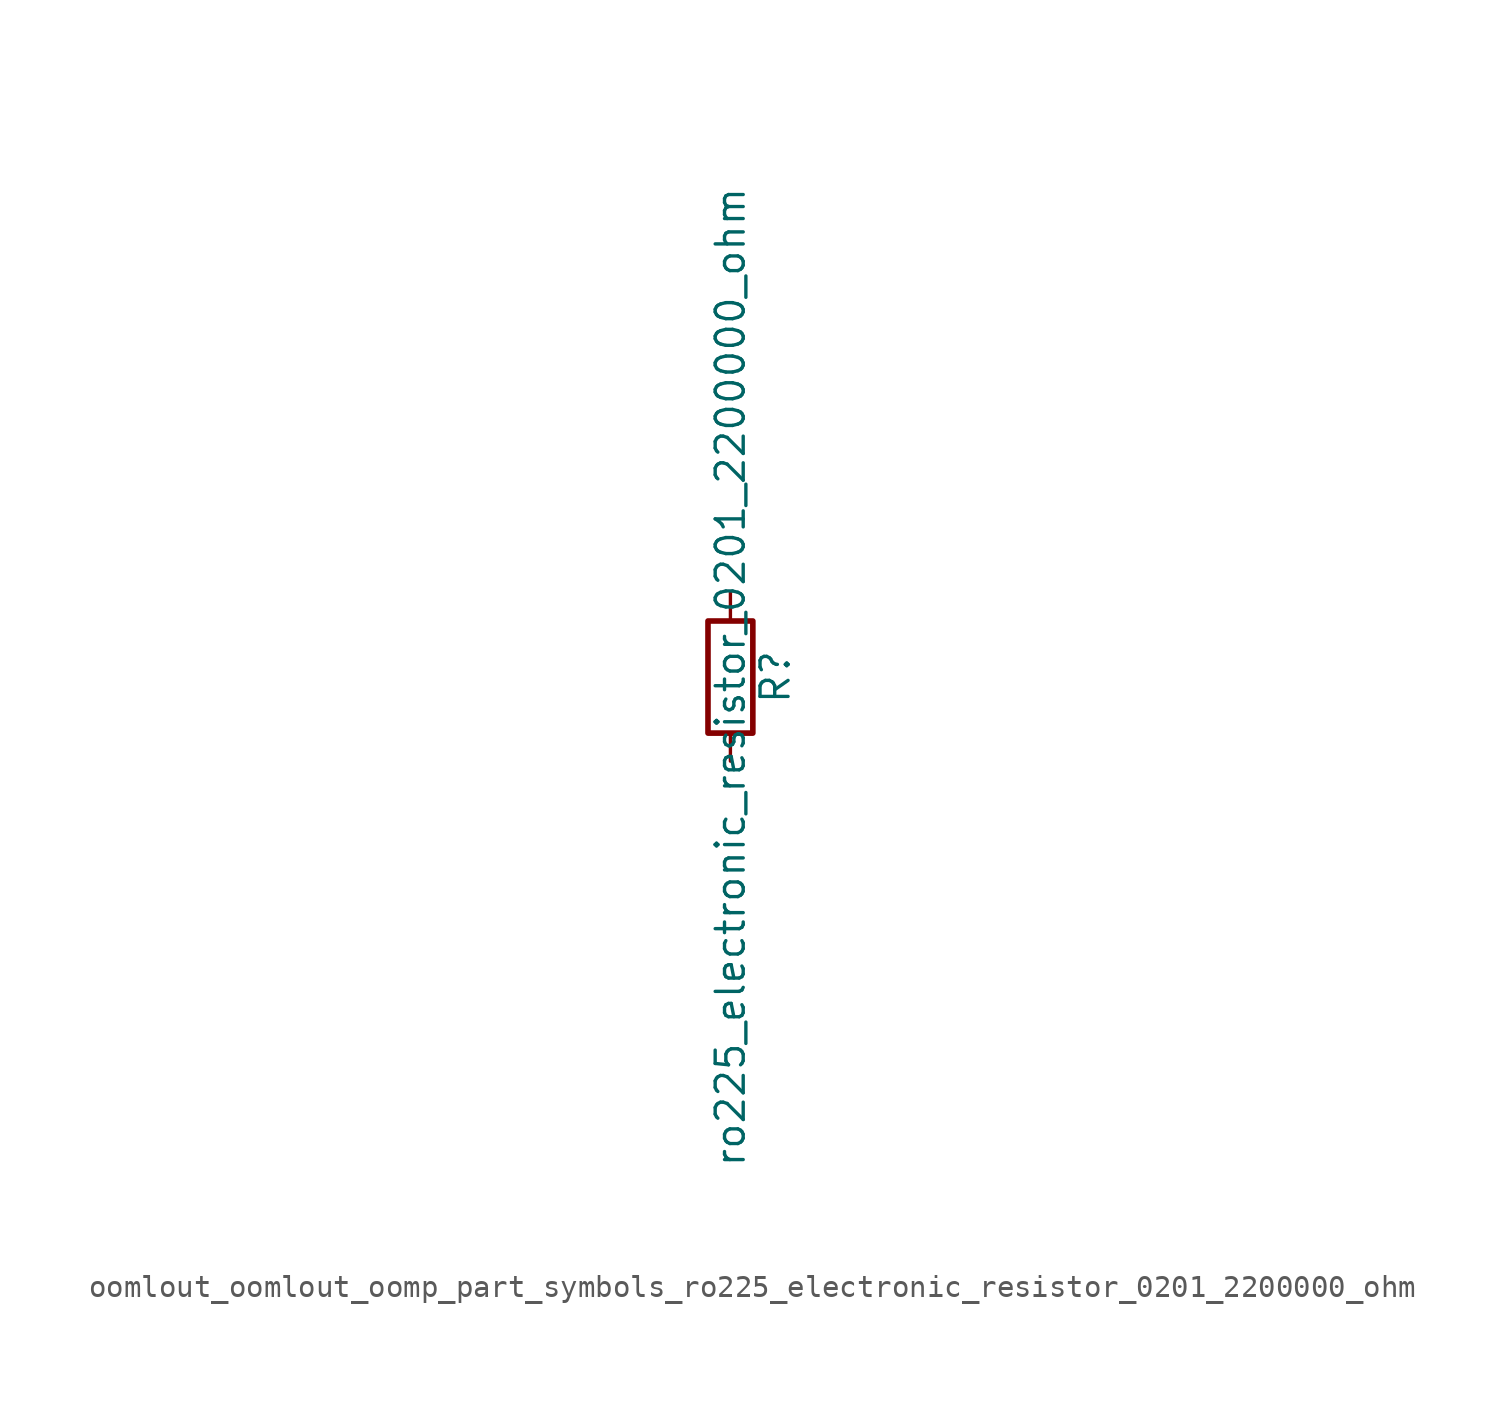
<source format=kicad_sym>
(kicad_symbol_lib
  (version 20220914)
  (generator kicad_symbol_editor)
  (symbol "oomlout_oomlout_oomp_part_symbols_ro225_electronic_resistor_0201_2200000_ohm"
    (pin_numbers hide)
    (pin_names
      (offset 0))
    (property "Reference" "R"
      (at 2.032 0 90)
      (effects (font (size 1.27 1.27))))
    (property "Value" "ro225_electronic_resistor_0201_2200000_ohm"
      (at 0 0 90)
      (effects (font (size 1.27 1.27))))
    (symbol "oomlout_oomlout_oomp_part_symbols_ro225_electronic_resistor_0201_2200000_ohm_0_1"
      (rectangle (start -1.016 -2.54) (end 1.016 2.54) (stroke (width 0.254) (type default)) (fill (type none))))
    (symbol "oomlout_oomlout_oomp_part_symbols_ro225_electronic_resistor_0201_2200000_ohm_1_1"
      (pin passive line (at 0 3.81 270) (length 1.27) (name "~" (effects (font (size 1.27 1.27)))) (number "1" (effects (font (size 1.27 1.27)))))
      (pin passive line (at 0 -3.81 90) (length 1.27) (name "~" (effects (font (size 1.27 1.27)))) (number "2" (effects (font (size 1.27 1.27))))))))
</source>
